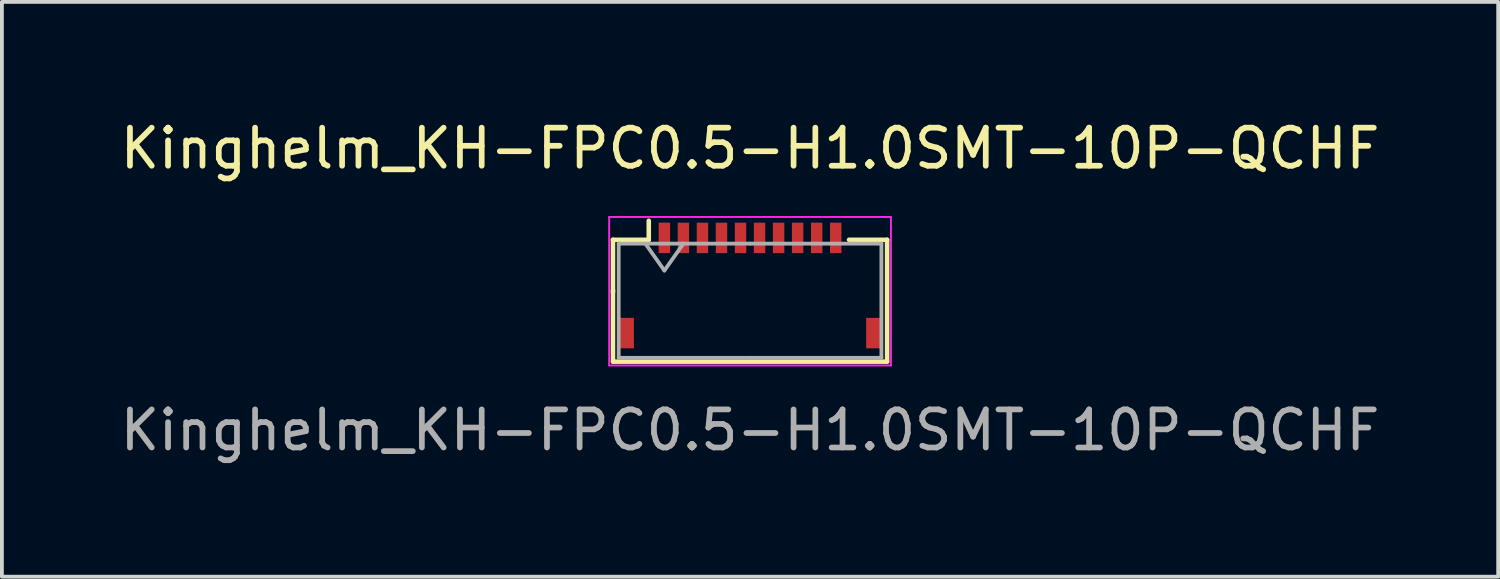
<source format=kicad_pcb>
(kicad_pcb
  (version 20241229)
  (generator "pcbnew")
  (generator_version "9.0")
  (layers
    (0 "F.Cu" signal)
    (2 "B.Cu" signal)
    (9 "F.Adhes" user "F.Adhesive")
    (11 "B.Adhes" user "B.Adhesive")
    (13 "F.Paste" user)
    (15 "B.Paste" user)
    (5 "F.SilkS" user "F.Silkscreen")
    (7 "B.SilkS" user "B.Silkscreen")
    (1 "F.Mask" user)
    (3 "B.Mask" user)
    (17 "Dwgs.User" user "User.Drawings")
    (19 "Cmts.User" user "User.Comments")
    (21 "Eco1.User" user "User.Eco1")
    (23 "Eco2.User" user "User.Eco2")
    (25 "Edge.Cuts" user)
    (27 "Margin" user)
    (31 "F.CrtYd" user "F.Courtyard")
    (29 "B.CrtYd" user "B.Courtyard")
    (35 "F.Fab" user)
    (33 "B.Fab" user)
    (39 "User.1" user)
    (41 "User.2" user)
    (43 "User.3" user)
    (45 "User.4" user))
  (footprint "Kinghelm_KH-FPC0.5-H1.0SMT-10P-QCHF"
    (layer "F.Cu")
    (at 16.649 4.548)
    (property "Reference" "Kinghelm_KH-FPC0.5-H1.0SMT-10P-QCHF" (at 0 -3.7 0) (layer "F.SilkS") (effects (font (size 1 1) (thickness 0.15))))
    (attr smd)
    (fp_line (start -3.6 -1.3) (end -3.6 0.07) (stroke (width 0.12) (type solid)) (layer "F.SilkS"))
    (fp_line (start -3.6 0.03) (end -3.6 1.9) (stroke (width 0.12) (type solid)) (layer "F.SilkS"))
    (fp_line (start -3.6 1.9) (end 3.6 1.9) (stroke (width 0.12) (type solid)) (layer "F.SilkS"))
    (fp_line (start -2.66 -1.3) (end -3.6 -1.3) (stroke (width 0.12) (type solid)) (layer "F.SilkS"))
    (fp_line (start -2.66 -1.3) (end -2.66 -1.8) (stroke (width 0.12) (type solid)) (layer "F.SilkS"))
    (fp_line (start 2.6 -1.3) (end 3.6 -1.3) (stroke (width 0.12) (type solid)) (layer "F.SilkS"))
    (fp_line (start 3.6 -1.3) (end 3.6 1.9) (stroke (width 0.12) (type solid)) (layer "F.SilkS"))
    (fp_line (start -3.7 -1.9) (end -3.7 2) (stroke (width 0.05) (type solid)) (layer "F.CrtYd"))
    (fp_line (start -3.7 2) (end 3.7 2) (stroke (width 0.05) (type solid)) (layer "F.CrtYd"))
    (fp_line (start 3.7 -1.9) (end -3.7 -1.9) (stroke (width 0.05) (type solid)) (layer "F.CrtYd"))
    (fp_line (start 3.7 2) (end 3.7 -1.9) (stroke (width 0.05) (type solid)) (layer "F.CrtYd"))
    (fp_line (start -3.45 -1.2) (end -3.45 1.8) (stroke (width 0.1) (type solid)) (layer "F.Fab"))
    (fp_line (start -3.45 1.8) (end 0.025 1.8) (stroke (width 0.1) (type solid)) (layer "F.Fab"))
    (fp_line (start -2.75 -1.2) (end -2.25 -0.493) (stroke (width 0.1) (type solid)) (layer "F.Fab"))
    (fp_line (start -2.25 -0.493) (end -1.75 -1.2) (stroke (width 0.1) (type solid)) (layer "F.Fab"))
    (fp_line (start 0 -1.2) (end -3.45 -1.2) (stroke (width 0.1) (type solid)) (layer "F.Fab"))
    (fp_line (start 0 -1.2) (end 3.45 -1.2) (stroke (width 0.1) (type solid)) (layer "F.Fab"))
    (fp_line (start 3.45 -1.2) (end 3.45 1.8) (stroke (width 0.1) (type solid)) (layer "F.Fab"))
    (fp_line (start 3.45 1.8) (end 0 1.8) (stroke (width 0.1) (type solid)) (layer "F.Fab"))
    (fp_text user "${REFERENCE}" (at 0 3.7 0) (layer "F.Fab") (effects (font (size 1 1) (thickness 0.15))))
    (pad "1" smd rect (at -2.25 -1.35) (size 0.3 0.8) (layers "F.Cu" "F.Mask" "F.Paste"))
    (pad "2" smd rect (at -1.75 -1.35) (size 0.3 0.8) (layers "F.Cu" "F.Mask" "F.Paste"))
    (pad "3" smd rect (at -1.25 -1.35) (size 0.3 0.8) (layers "F.Cu" "F.Mask" "F.Paste"))
    (pad "4" smd rect (at -0.75 -1.35) (size 0.3 0.8) (layers "F.Cu" "F.Mask" "F.Paste"))
    (pad "5" smd rect (at -0.25 -1.35) (size 0.3 0.8) (layers "F.Cu" "F.Mask" "F.Paste"))
    (pad "6" smd rect (at 0.25 -1.35) (size 0.3 0.8) (layers "F.Cu" "F.Mask" "F.Paste"))
    (pad "7" smd rect (at 0.75 -1.35) (size 0.3 0.8) (layers "F.Cu" "F.Mask" "F.Paste"))
    (pad "8" smd rect (at 1.25 -1.35) (size 0.3 0.8) (layers "F.Cu" "F.Mask" "F.Paste"))
    (pad "9" smd rect (at 1.75 -1.35) (size 0.3 0.8) (layers "F.Cu" "F.Mask" "F.Paste"))
    (pad "10" smd rect (at 2.25 -1.35) (size 0.3 0.8) (layers "F.Cu" "F.Mask" "F.Paste"))
    (pad "MP" smd rect (at -3.25 1.15) (size 0.4 0.8) (layers "F.Cu" "F.Mask" "F.Paste"))
    (pad "MP" smd rect (at 3.25 1.15) (size 0.4 0.8) (layers "F.Cu" "F.Mask" "F.Paste")))
  (gr_rect
    (start -3 -3)
    (end 36.298 12.097)
    (stroke (width 0.1) (type default))
    (fill no)
    (layer "Edge.Cuts")))
</source>
